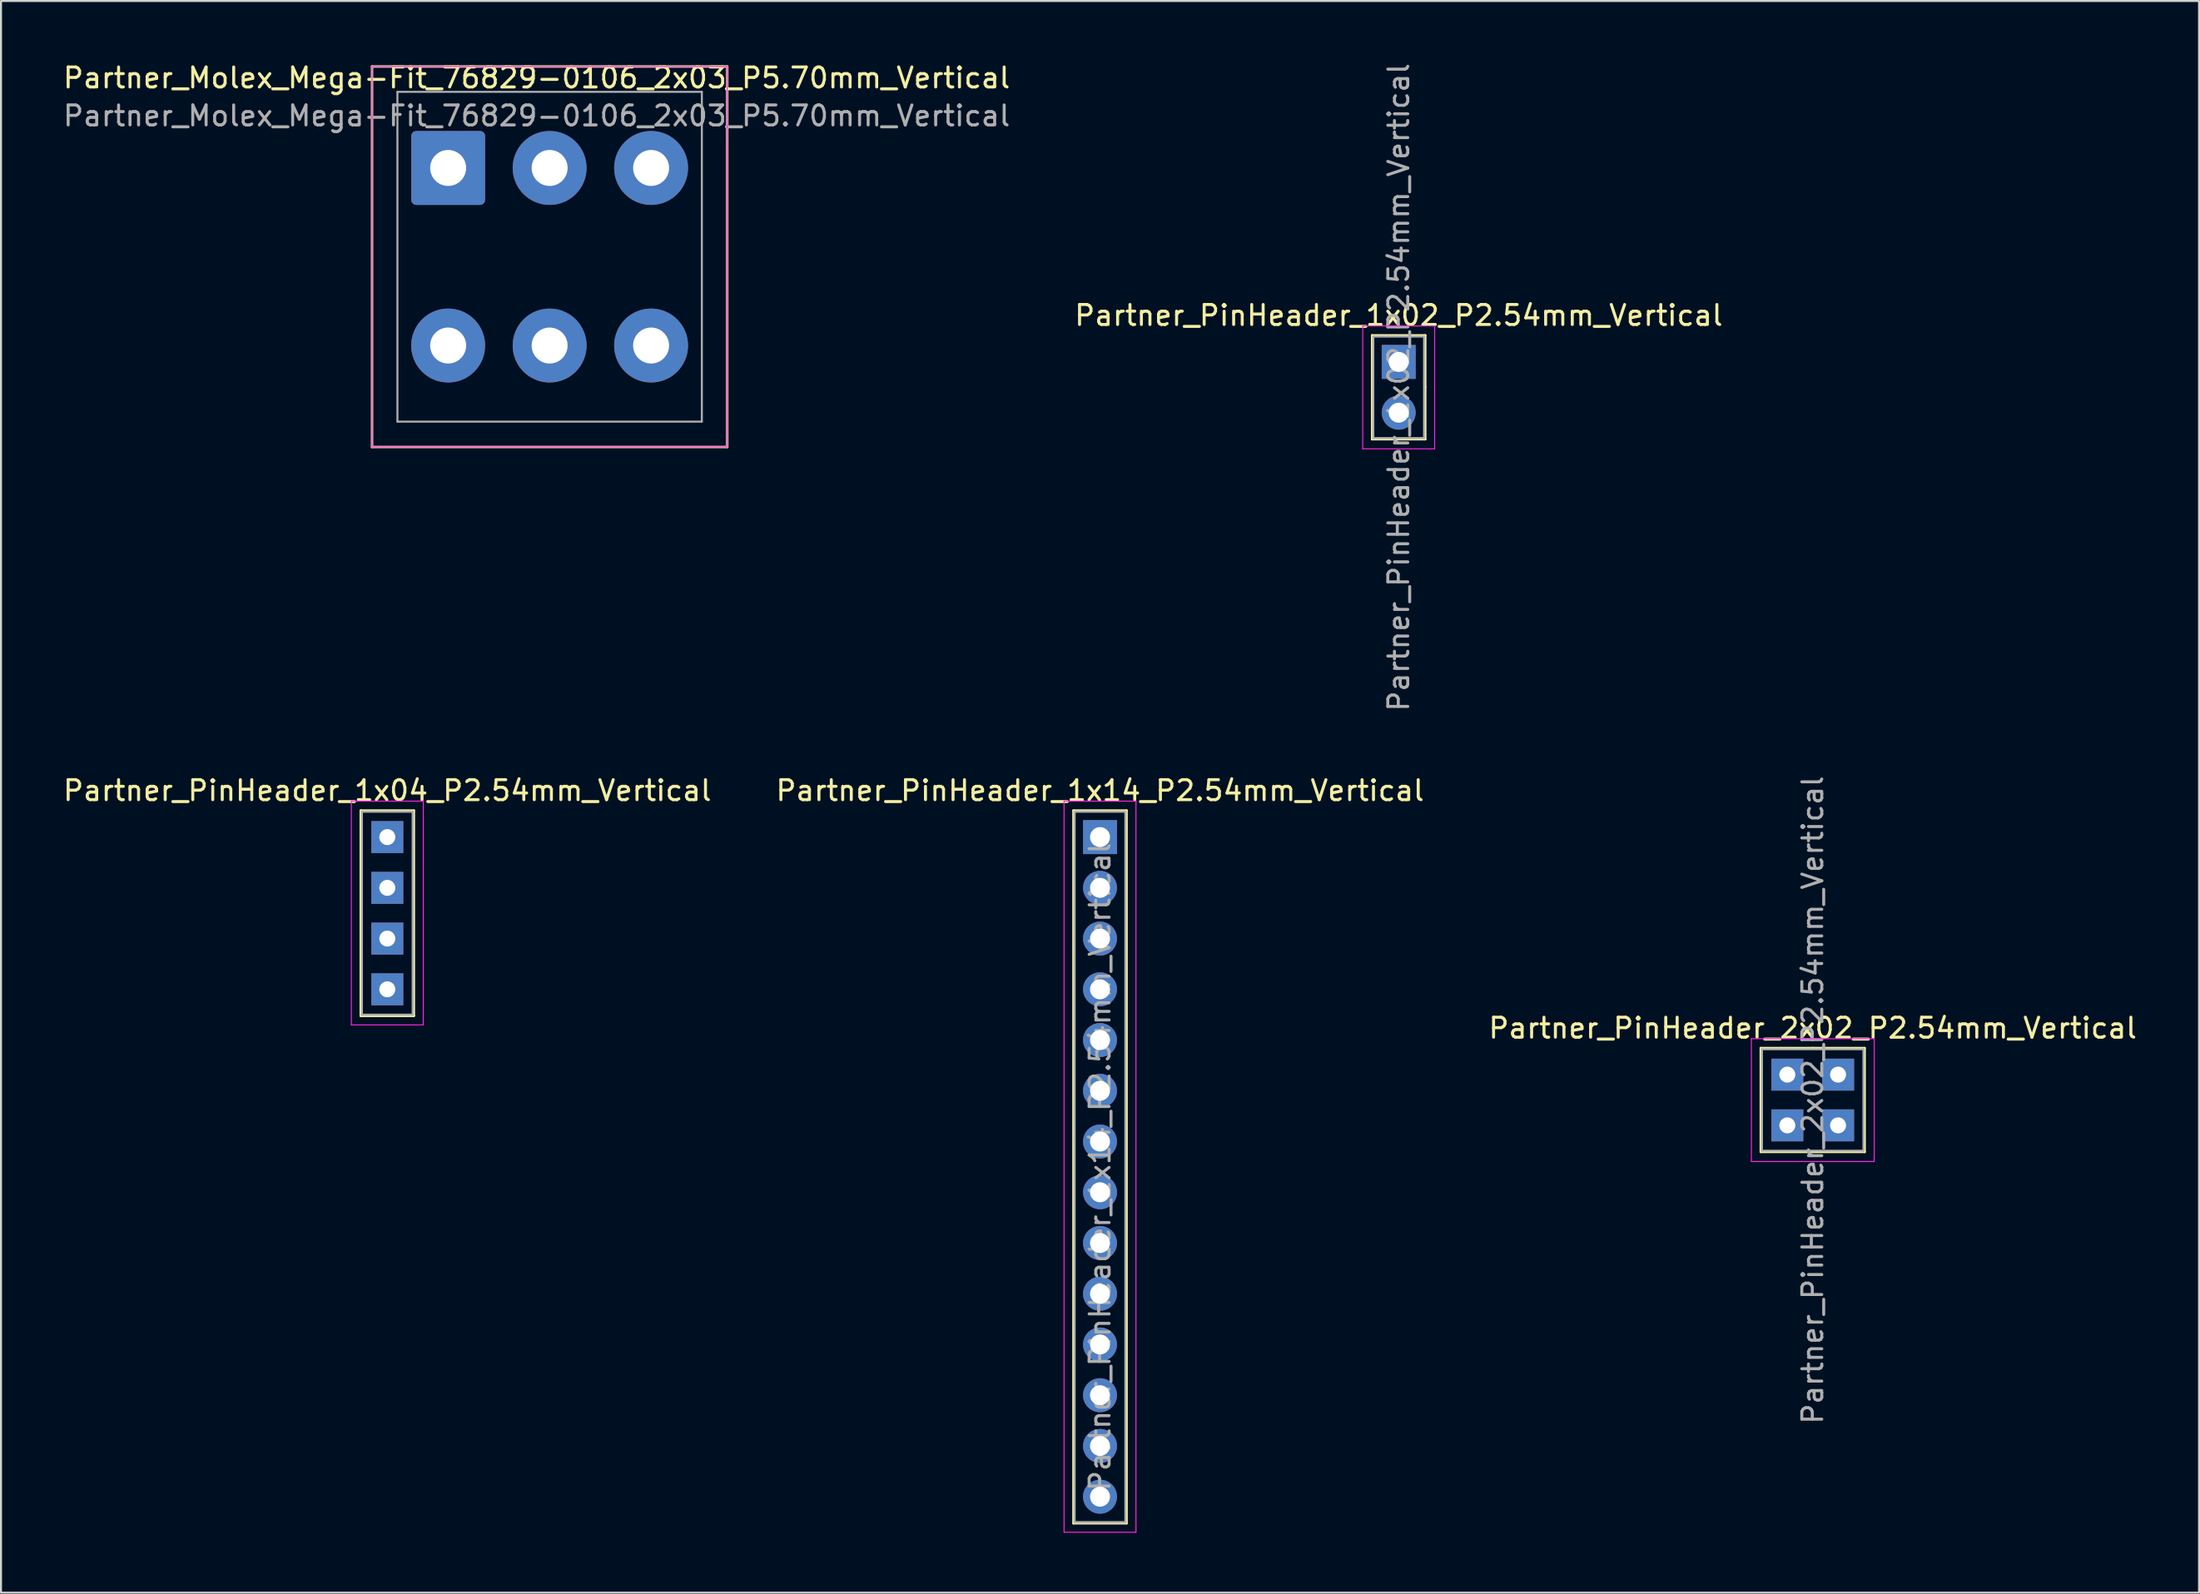
<source format=kicad_pcb>
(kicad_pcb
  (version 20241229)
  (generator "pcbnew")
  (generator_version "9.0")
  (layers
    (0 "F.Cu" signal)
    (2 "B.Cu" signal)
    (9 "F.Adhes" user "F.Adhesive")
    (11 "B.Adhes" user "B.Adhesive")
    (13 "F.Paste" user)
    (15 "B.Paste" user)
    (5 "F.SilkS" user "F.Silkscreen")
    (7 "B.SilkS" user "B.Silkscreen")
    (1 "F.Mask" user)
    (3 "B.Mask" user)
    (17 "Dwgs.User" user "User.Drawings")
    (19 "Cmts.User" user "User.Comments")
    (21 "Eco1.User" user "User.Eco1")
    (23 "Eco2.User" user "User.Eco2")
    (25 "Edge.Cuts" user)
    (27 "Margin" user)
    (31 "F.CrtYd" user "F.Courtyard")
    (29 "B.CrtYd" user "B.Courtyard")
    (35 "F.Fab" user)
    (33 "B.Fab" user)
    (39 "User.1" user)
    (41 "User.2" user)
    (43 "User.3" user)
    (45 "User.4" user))
  (footprint "Partner_Molex_Mega-Fit_76829-0106_2x03_P5.70mm_Vertical"
    (layer "F.Cu")
    (at 19.385 5.358)
    (property "Reference" "Partner_Molex_Mega-Fit_76829-0106_2x03_P5.70mm_Vertical" (at 4.43 -4.51 0) (layer "F.SilkS") (effects (font (size 1 1) (thickness 0.15))))
    (attr through_hole)
    (fp_line (start -3.81 -5.08) (end -3.81 13.97) (stroke (width 0.12) (type solid)) (layer "F.SilkS"))
    (fp_line (start -3.81 13.97) (end 13.97 13.97) (stroke (width 0.12) (type solid)) (layer "F.SilkS"))
    (fp_line (start 13.97 -5.08) (end -3.81 -5.08) (stroke (width 0.12) (type solid)) (layer "F.SilkS"))
    (fp_line (start 13.97 -5.08) (end 13.97 13.97) (stroke (width 0.12) (type solid)) (layer "F.SilkS"))
    (fp_line (start -3.81 -5.08) (end -3.81 13.97) (stroke (width 0.05) (type solid)) (layer "F.CrtYd"))
    (fp_line (start -3.81 13.97) (end 13.97 13.97) (stroke (width 0.05) (type solid)) (layer "F.CrtYd"))
    (fp_line (start 13.97 -5.08) (end -3.81 -5.08) (stroke (width 0.05) (type solid)) (layer "F.CrtYd"))
    (fp_line (start 13.97 13.97) (end 13.97 -5.08) (stroke (width 0.05) (type solid)) (layer "F.CrtYd"))
    (fp_line (start -2.54 -3.81) (end -2.54 12.7) (stroke (width 0.1) (type solid)) (layer "F.Fab"))
    (fp_line (start -2.54 12.7) (end 12.7 12.7) (stroke (width 0.1) (type solid)) (layer "F.Fab"))
    (fp_line (start 12.7 -3.81) (end -2.54 -3.81) (stroke (width 0.1) (type solid)) (layer "F.Fab"))
    (fp_line (start 12.7 12.7) (end 12.7 -3.81) (stroke (width 0.1) (type solid)) (layer "F.Fab"))
    (fp_text user "${REFERENCE}" (at 4.43 -2.61 0) (layer "F.Fab") (effects (font (size 1 1) (thickness 0.15))))
    (pad "1" thru_hole roundrect (at 0 0) (size 3.7 3.7) (drill 1.8) (layers "*.Cu" "*.Mask") (roundrect_rratio 0.068))
    (pad "2" thru_hole circle (at 5.08 0) (size 3.7 3.7) (drill 1.8) (layers "*.Cu" "*.Mask"))
    (pad "3" thru_hole circle (at 10.16 0) (size 3.7 3.7) (drill 1.8) (layers "*.Cu" "*.Mask"))
    (pad "4" thru_hole circle (at 0 8.89) (size 3.7 3.7) (drill 1.8) (layers "*.Cu" "*.Mask"))
    (pad "5" thru_hole circle (at 5.08 8.89) (size 3.7 3.7) (drill 1.8) (layers "*.Cu" "*.Mask"))
    (pad "6" thru_hole circle (at 10.16 8.89) (size 3.7 3.7) (drill 1.8) (layers "*.Cu" "*.Mask")))
  (footprint "Partner_PinHeader_1x02_P2.54mm_Vertical"
    (layer "F.Cu")
    (at 66.97 15.069)
    (property "Reference" "Partner_PinHeader_1x02_P2.54mm_Vertical" (at 0 -2.33 0) (layer "F.SilkS") (effects (font (size 1 1) (thickness 0.15))))
    (attr through_hole)
    (fp_line (start -1.33 -1.33) (end 1.33 -1.33) (stroke (width 0.12) (type solid)) (layer "F.SilkS"))
    (fp_line (start -1.33 1.27) (end -1.33 -1.33) (stroke (width 0.12) (type solid)) (layer "F.SilkS"))
    (fp_line (start -1.33 1.27) (end -1.33 3.87) (stroke (width 0.12) (type solid)) (layer "F.SilkS"))
    (fp_line (start -1.33 3.87) (end 1.33 3.87) (stroke (width 0.12) (type solid)) (layer "F.SilkS"))
    (fp_line (start 1.33 -1.33) (end 1.33 1.27) (stroke (width 0.12) (type solid)) (layer "F.SilkS"))
    (fp_line (start 1.33 1.27) (end 1.33 3.87) (stroke (width 0.12) (type solid)) (layer "F.SilkS"))
    (fp_line (start -1.8 -1.8) (end -1.8 4.35) (stroke (width 0.05) (type solid)) (layer "F.CrtYd"))
    (fp_line (start -1.8 4.35) (end 1.8 4.35) (stroke (width 0.05) (type solid)) (layer "F.CrtYd"))
    (fp_line (start 1.8 -1.8) (end -1.8 -1.8) (stroke (width 0.05) (type solid)) (layer "F.CrtYd"))
    (fp_line (start 1.8 4.35) (end 1.8 -1.8) (stroke (width 0.05) (type solid)) (layer "F.CrtYd"))
    (fp_line (start -1.27 -1.27) (end 1.27 -1.27) (stroke (width 0.1) (type solid)) (layer "F.Fab"))
    (fp_line (start -1.27 3.81) (end -1.27 -1.27) (stroke (width 0.1) (type solid)) (layer "F.Fab"))
    (fp_line (start 1.27 -1.27) (end 1.27 3.81) (stroke (width 0.1) (type solid)) (layer "F.Fab"))
    (fp_line (start 1.27 3.81) (end -1.27 3.81) (stroke (width 0.1) (type solid)) (layer "F.Fab"))
    (fp_text user "${REFERENCE}" (at 0 1.27 90) (layer "F.Fab") (effects (font (size 1 1) (thickness 0.15))))
    (pad "1" thru_hole rect (at 0 0) (size 1.7 1.7) (drill 1) (layers "*.Cu" "*.Mask"))
    (pad "2" thru_hole oval (at 0 2.54) (size 1.7 1.7) (drill 1) (layers "*.Cu" "*.Mask")))
  (footprint "Partner_PinHeader_1x14_P2.54mm_Vertical"
    (layer "F.Cu")
    (at 52.018 38.857)
    (property "Reference" "Partner_PinHeader_1x14_P2.54mm_Vertical" (at 0 -2.33 0) (layer "F.SilkS") (effects (font (size 1 1) (thickness 0.15))))
    (attr through_hole)
    (fp_line (start -1.33 -1.33) (end -1.33 34.35) (stroke (width 0.12) (type solid)) (layer "F.SilkS"))
    (fp_line (start -1.33 -1.33) (end 1.33 -1.33) (stroke (width 0.12) (type solid)) (layer "F.SilkS"))
    (fp_line (start -1.33 34.35) (end 1.33 34.35) (stroke (width 0.12) (type solid)) (layer "F.SilkS"))
    (fp_line (start 1.33 -1.33) (end 1.33 34.35) (stroke (width 0.12) (type solid)) (layer "F.SilkS"))
    (fp_line (start -1.8 -1.8) (end -1.8 34.8) (stroke (width 0.05) (type solid)) (layer "F.CrtYd"))
    (fp_line (start -1.8 34.8) (end 1.8 34.8) (stroke (width 0.05) (type solid)) (layer "F.CrtYd"))
    (fp_line (start 1.8 -1.8) (end -1.8 -1.8) (stroke (width 0.05) (type solid)) (layer "F.CrtYd"))
    (fp_line (start 1.8 34.8) (end 1.8 -1.8) (stroke (width 0.05) (type solid)) (layer "F.CrtYd"))
    (fp_line (start -1.27 -1.27) (end 1.27 -1.27) (stroke (width 0.1) (type solid)) (layer "F.Fab"))
    (fp_line (start -1.27 34.29) (end -1.27 -1.27) (stroke (width 0.1) (type solid)) (layer "F.Fab"))
    (fp_line (start 1.27 -1.27) (end 1.27 34.29) (stroke (width 0.1) (type solid)) (layer "F.Fab"))
    (fp_line (start 1.27 34.29) (end -1.27 34.29) (stroke (width 0.1) (type solid)) (layer "F.Fab"))
    (fp_text user "${REFERENCE}" (at 0 16.51 270) (layer "F.Fab") (effects (font (size 1 1) (thickness 0.15))))
    (pad "1" thru_hole rect (at 0 0) (size 1.7 1.7) (drill 1) (layers "*.Cu" "*.Mask"))
    (pad "2" thru_hole oval (at 0 2.54) (size 1.7 1.7) (drill 1) (layers "*.Cu" "*.Mask"))
    (pad "3" thru_hole oval (at 0 5.08) (size 1.7 1.7) (drill 1) (layers "*.Cu" "*.Mask"))
    (pad "4" thru_hole oval (at 0 7.62) (size 1.7 1.7) (drill 1) (layers "*.Cu" "*.Mask"))
    (pad "5" thru_hole oval (at 0 10.16) (size 1.7 1.7) (drill 1) (layers "*.Cu" "*.Mask"))
    (pad "6" thru_hole oval (at 0 12.7) (size 1.7 1.7) (drill 1) (layers "*.Cu" "*.Mask"))
    (pad "7" thru_hole oval (at 0 15.24) (size 1.7 1.7) (drill 1) (layers "*.Cu" "*.Mask"))
    (pad "8" thru_hole oval (at 0 17.78) (size 1.7 1.7) (drill 1) (layers "*.Cu" "*.Mask"))
    (pad "9" thru_hole oval (at 0 20.32) (size 1.7 1.7) (drill 1) (layers "*.Cu" "*.Mask"))
    (pad "10" thru_hole oval (at 0 22.86) (size 1.7 1.7) (drill 1) (layers "*.Cu" "*.Mask"))
    (pad "11" thru_hole oval (at 0 25.4) (size 1.7 1.7) (drill 1) (layers "*.Cu" "*.Mask"))
    (pad "12" thru_hole oval (at 0 27.94) (size 1.7 1.7) (drill 1) (layers "*.Cu" "*.Mask"))
    (pad "13" thru_hole oval (at 0 30.48) (size 1.7 1.7) (drill 1) (layers "*.Cu" "*.Mask"))
    (pad "14" thru_hole oval (at 0 33.02) (size 1.7 1.7) (drill 1) (layers "*.Cu" "*.Mask")))
  (footprint "Partner_PinHeader_1x04_P2.54mm_Vertical"
    (layer "F.Cu")
    (at 16.339 38.857)
    (property "Reference" "Partner_PinHeader_1x04_P2.54mm_Vertical" (at 0 -2.33 0) (layer "F.SilkS") (effects (font (size 1 1) (thickness 0.15))))
    (attr through_hole)
    (fp_line (start -1.33 -1.33) (end -1.33 8.95) (stroke (width 0.12) (type solid)) (layer "F.SilkS"))
    (fp_line (start -1.33 -1.33) (end 1.33 -1.33) (stroke (width 0.12) (type solid)) (layer "F.SilkS"))
    (fp_line (start -1.33 8.95) (end 1.33 8.95) (stroke (width 0.12) (type solid)) (layer "F.SilkS"))
    (fp_line (start 1.33 -1.33) (end 1.33 8.95) (stroke (width 0.12) (type solid)) (layer "F.SilkS"))
    (fp_line (start -1.8 -1.8) (end -1.8 9.4) (stroke (width 0.05) (type solid)) (layer "F.CrtYd"))
    (fp_line (start -1.8 9.4) (end 1.8 9.4) (stroke (width 0.05) (type solid)) (layer "F.CrtYd"))
    (fp_line (start 1.8 -1.8) (end -1.8 -1.8) (stroke (width 0.05) (type solid)) (layer "F.CrtYd"))
    (fp_line (start 1.8 9.4) (end 1.8 -1.8) (stroke (width 0.05) (type solid)) (layer "F.CrtYd"))
    (fp_line (start -1.27 -1.27) (end 1.27 -1.27) (stroke (width 0.1) (type solid)) (layer "F.Fab"))
    (fp_line (start -1.27 8.89) (end -1.27 -1.27) (stroke (width 0.1) (type solid)) (layer "F.Fab"))
    (fp_line (start 1.27 -1.27) (end 1.27 8.89) (stroke (width 0.1) (type solid)) (layer "F.Fab"))
    (fp_line (start 1.27 8.89) (end -1.27 8.89) (stroke (width 0.1) (type solid)) (layer "F.Fab"))
    (pad "1" thru_hole rect (at 0 0) (size 1.6 1.6) (drill 0.8) (layers "*.Cu" "*.Mask"))
    (pad "2" thru_hole rect (at 0 2.54) (size 1.6 1.6) (drill 0.8) (layers "*.Cu" "*.Mask"))
    (pad "3" thru_hole rect (at 0 5.08) (size 1.6 1.6) (drill 0.8) (layers "*.Cu" "*.Mask"))
    (pad "4" thru_hole rect (at 0 7.62) (size 1.6 1.6) (drill 0.8) (layers "*.Cu" "*.Mask")))
  (footprint "Partner_PinHeader_2x02_P2.54mm_Vertical"
    (layer "F.Cu")
    (at 86.426 50.748)
    (property "Reference" "Partner_PinHeader_2x02_P2.54mm_Vertical" (at 1.27 -2.33 0) (layer "F.SilkS") (effects (font (size 1 1) (thickness 0.15))))
    (attr through_hole)
    (fp_line (start -1.33 -1.33) (end 1.27 -1.33) (stroke (width 0.12) (type solid)) (layer "F.SilkS"))
    (fp_line (start -1.33 1.27) (end -1.33 -1.33) (stroke (width 0.12) (type solid)) (layer "F.SilkS"))
    (fp_line (start -1.33 1.27) (end -1.33 3.87) (stroke (width 0.12) (type solid)) (layer "F.SilkS"))
    (fp_line (start -1.33 3.87) (end 3.87 3.87) (stroke (width 0.12) (type solid)) (layer "F.SilkS"))
    (fp_line (start 1.27 -1.33) (end 3.87 -1.33) (stroke (width 0.12) (type solid)) (layer "F.SilkS"))
    (fp_line (start 3.87 -1.33) (end 3.87 3.87) (stroke (width 0.12) (type solid)) (layer "F.SilkS"))
    (fp_line (start -1.8 -1.8) (end -1.8 4.35) (stroke (width 0.05) (type solid)) (layer "F.CrtYd"))
    (fp_line (start -1.8 4.35) (end 4.35 4.35) (stroke (width 0.05) (type solid)) (layer "F.CrtYd"))
    (fp_line (start 4.35 -1.8) (end -1.8 -1.8) (stroke (width 0.05) (type solid)) (layer "F.CrtYd"))
    (fp_line (start 4.35 4.35) (end 4.35 -1.8) (stroke (width 0.05) (type solid)) (layer "F.CrtYd"))
    (fp_line (start -1.27 -1.27) (end 3.81 -1.27) (stroke (width 0.1) (type solid)) (layer "F.Fab"))
    (fp_line (start -1.27 3.81) (end -1.27 -1.27) (stroke (width 0.1) (type solid)) (layer "F.Fab"))
    (fp_line (start 3.81 -1.27) (end 3.81 3.81) (stroke (width 0.1) (type solid)) (layer "F.Fab"))
    (fp_line (start 3.81 3.81) (end -1.27 3.81) (stroke (width 0.1) (type solid)) (layer "F.Fab"))
    (fp_text user "${REFERENCE}" (at 1.27 1.27 90) (layer "F.Fab") (effects (font (size 1 1) (thickness 0.15))))
    (pad "1" thru_hole rect (at 0 0) (size 1.6 1.6) (drill 0.8) (layers "*.Cu" "*.Mask"))
    (pad "2" thru_hole rect (at 2.54 0) (size 1.6 1.6) (drill 0.8) (layers "*.Cu" "*.Mask"))
    (pad "3" thru_hole rect (at 0 2.54) (size 1.6 1.6) (drill 0.8) (layers "*.Cu" "*.Mask"))
    (pad "4" thru_hole rect (at 2.54 2.54) (size 1.6 1.6) (drill 0.8) (layers "*.Cu" "*.Mask")))
  (gr_rect
    (start -3 -3)
    (end 107.036 76.682)
    (stroke (width 0.1) (type default))
    (fill no)
    (layer "Edge.Cuts")))
</source>
